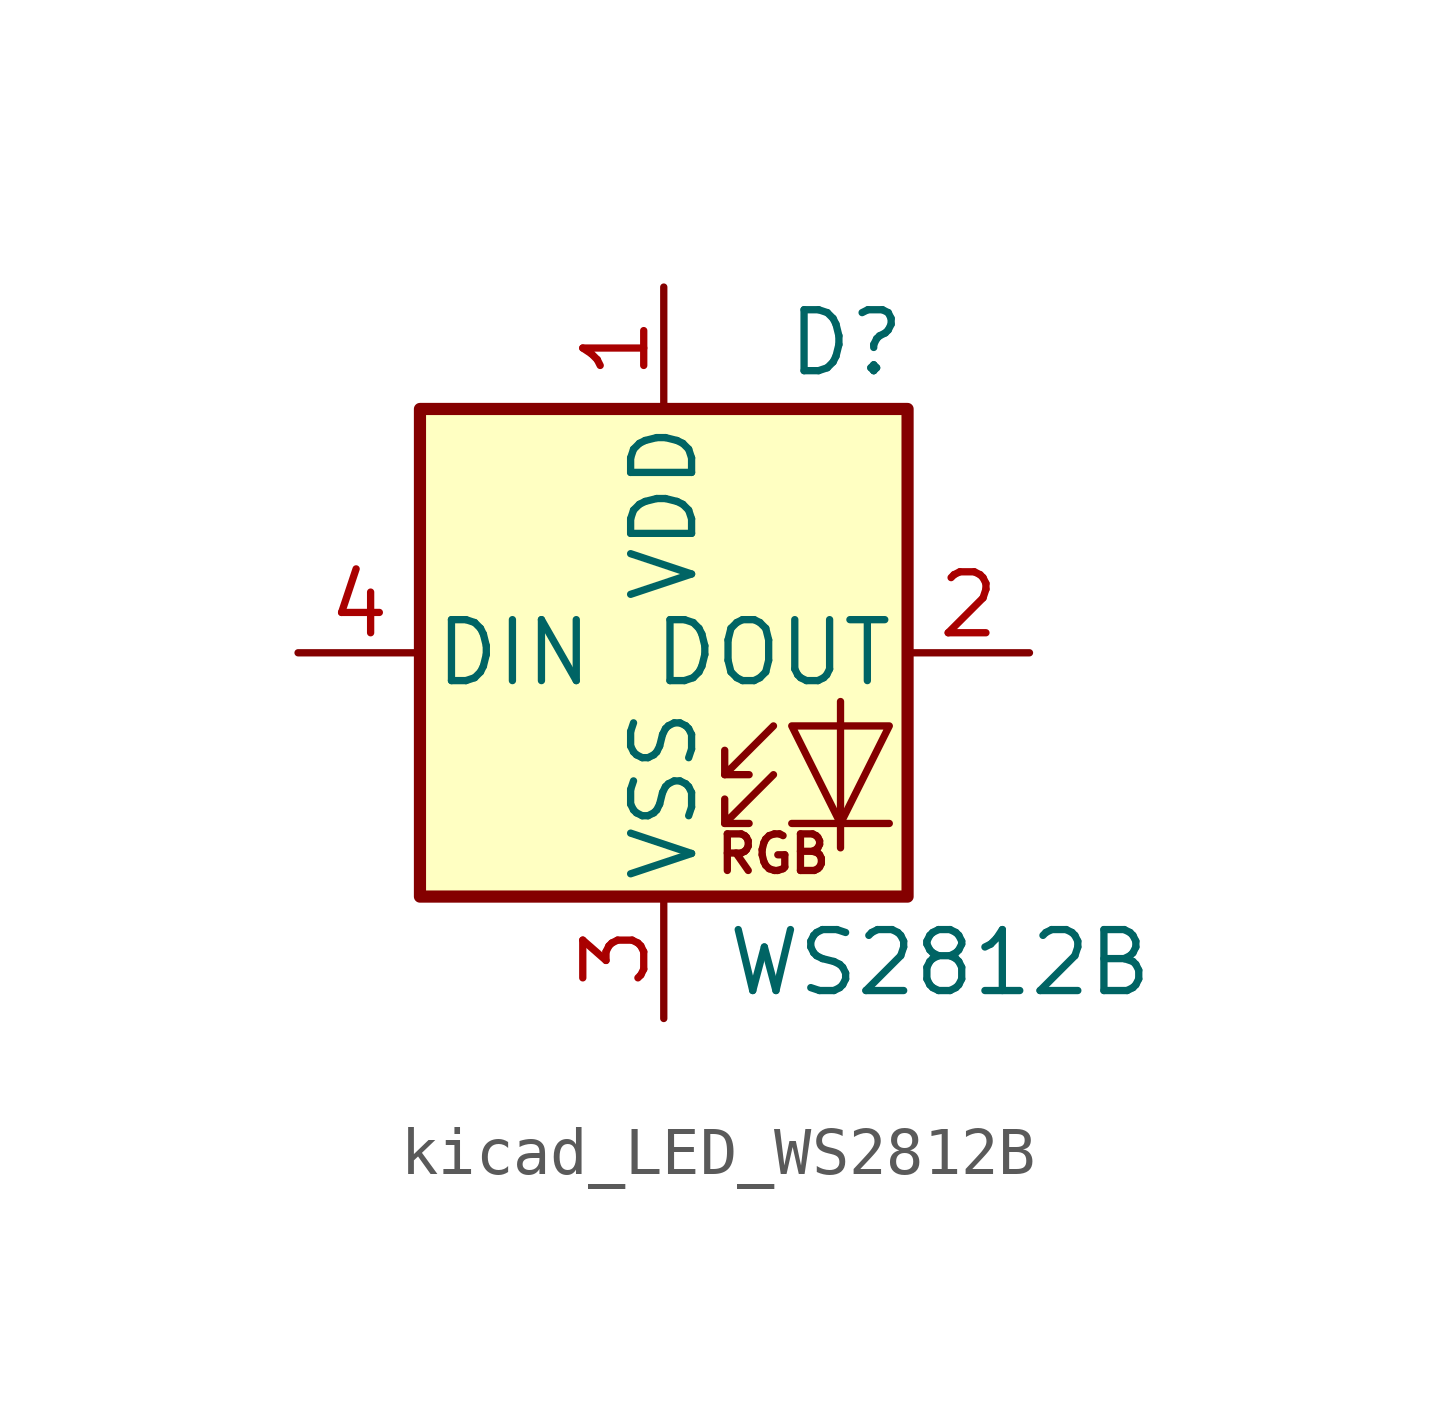
<source format=kicad_sym>
(kicad_symbol_lib
  (version 20220914)
  (generator kicad_symbol_editor)
  (symbol "kicad_LED_WS2812B"
    (pin_names
      (offset 0.254))
    (property "Reference" "D"
      (at 5.08 5.715 0)
      (effects (font (size 1.27 1.27)) (justify right bottom)))
    (property "Value" "WS2812B"
      (at 1.27 -5.715 0)
      (effects (font (size 1.27 1.27)) (justify left top)))
    (symbol "kicad_LED_WS2812B_0_0"
      (text "RGB" (at 2.286 -4.191 0) (effects (font (size 0.762 0.762)))))
    (symbol "kicad_LED_WS2812B_0_1"
      (polyline (pts (xy 1.27 -3.556) (xy 1.778 -3.556)) (stroke (width 0) (type default)) (fill (type none)))
      (polyline (pts (xy 1.27 -2.54) (xy 1.778 -2.54)) (stroke (width 0) (type default)) (fill (type none)))
      (polyline (pts (xy 4.699 -3.556) (xy 2.667 -3.556)) (stroke (width 0) (type default)) (fill (type none)))
      (polyline (pts (xy 2.286 -2.54) (xy 1.27 -3.556) (xy 1.27 -3.048)) (stroke (width 0) (type default)) (fill (type none)))
      (polyline (pts (xy 2.286 -1.524) (xy 1.27 -2.54) (xy 1.27 -2.032)) (stroke (width 0) (type default)) (fill (type none)))
      (polyline (pts (xy 3.683 -1.016) (xy 3.683 -3.556) (xy 3.683 -4.064)) (stroke (width 0) (type default)) (fill (type none)))
      (polyline (pts (xy 4.699 -1.524) (xy 2.667 -1.524) (xy 3.683 -3.556) (xy 4.699 -1.524)) (stroke (width 0) (type default)) (fill (type none)))
      (rectangle (start 5.08 5.08) (end -5.08 -5.08) (stroke (width 0.254) (type default)) (fill (type background))))
    (symbol "kicad_LED_WS2812B_1_1"
      (pin power_in line (at 0 7.62 270) (length 2.54) (name "VDD" (effects (font (size 1.27 1.27)))) (number "1" (effects (font (size 1.27 1.27)))))
      (pin output line (at 7.62 0 180) (length 2.54) (name "DOUT" (effects (font (size 1.27 1.27)))) (number "2" (effects (font (size 1.27 1.27)))))
      (pin power_in line (at 0 -7.62 90) (length 2.54) (name "VSS" (effects (font (size 1.27 1.27)))) (number "3" (effects (font (size 1.27 1.27)))))
      (pin input line (at -7.62 0 0) (length 2.54) (name "DIN" (effects (font (size 1.27 1.27)))) (number "4" (effects (font (size 1.27 1.27))))))))
</source>
